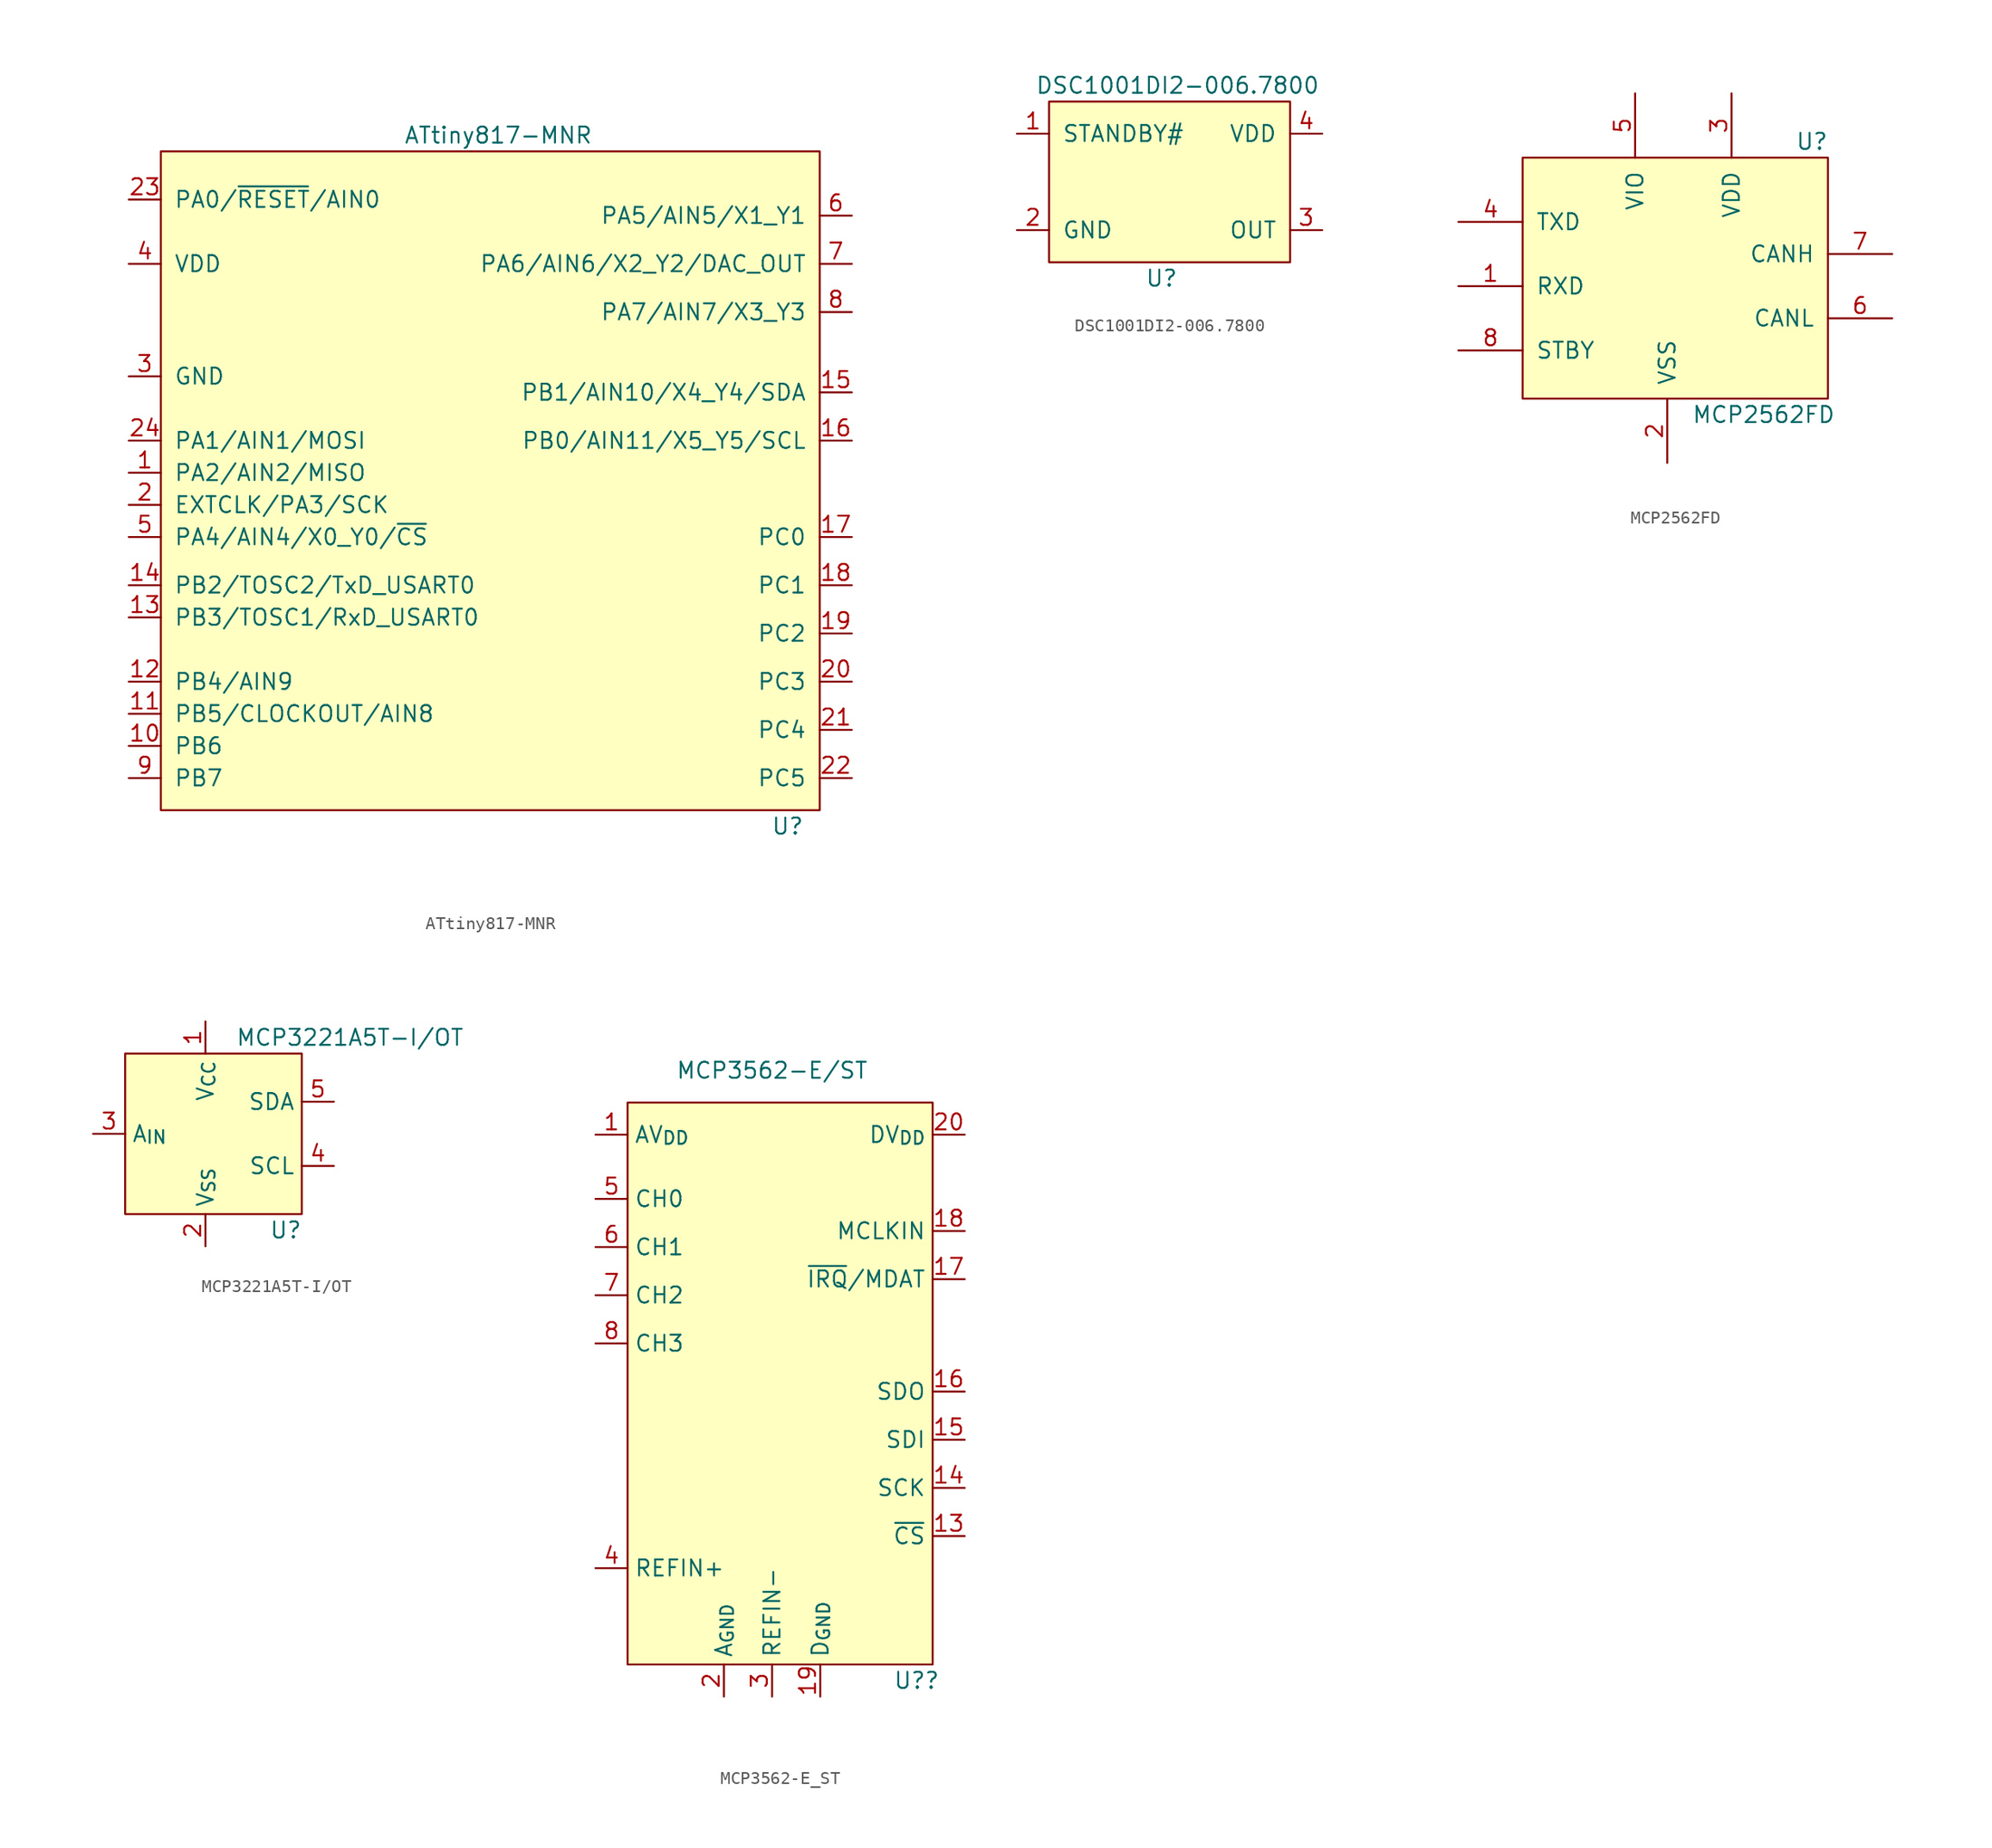
<source format=kicad_sym>
(kicad_symbol_lib
  (version 20220914)
  (generator kicad_symbol_editor)
  (symbol "ATtiny817-MNR"
    (pin_names
      (offset 1.016))
    (property "Reference" "U"
      (at 25.4 -29.21 0)
      (effects (font (size 1.27 1.27))))
    (property "Value" "ATtiny817-MNR"
      (at 2.54 25.4 0)
      (effects (font (size 1.27 1.27))))
    (symbol "ATtiny817-MNR_0_1"
      (rectangle (start -24.13 24.13) (end 27.94 -27.94) (stroke (width 0) (type default)) (fill (type background))))
    (symbol "ATtiny817-MNR_1_1"
      (pin bidirectional line (at -26.67 -1.27 0) (length 2.54) (name "PA2/AIN2/MISO" (effects (font (size 1.27 1.27)))) (number "1" (effects (font (size 1.27 1.27)))))
      (pin bidirectional line (at -26.67 -22.86 0) (length 2.54) (name "PB6" (effects (font (size 1.27 1.27)))) (number "10" (effects (font (size 1.27 1.27)))))
      (pin bidirectional line (at -26.67 -20.32 0) (length 2.54) (name "PB5/CLOCKOUT/AIN8" (effects (font (size 1.27 1.27)))) (number "11" (effects (font (size 1.27 1.27)))))
      (pin bidirectional line (at -26.67 -17.78 0) (length 2.54) (name "PB4/AIN9" (effects (font (size 1.27 1.27)))) (number "12" (effects (font (size 1.27 1.27)))))
      (pin bidirectional line (at -26.67 -12.7 0) (length 2.54) (name "PB3/TOSC1/RxD_USART0" (effects (font (size 1.27 1.27)))) (number "13" (effects (font (size 1.27 1.27)))))
      (pin bidirectional line (at -26.67 -10.16 0) (length 2.54) (name "PB2/TOSC2/TxD_USART0" (effects (font (size 1.27 1.27)))) (number "14" (effects (font (size 1.27 1.27)))))
      (pin bidirectional line (at 30.48 5.08 180) (length 2.54) (name "PB1/AIN10/X4_Y4/SDA" (effects (font (size 1.27 1.27)))) (number "15" (effects (font (size 1.27 1.27)))))
      (pin bidirectional line (at 30.48 1.27 180) (length 2.54) (name "PB0/AIN11/X5_Y5/SCL" (effects (font (size 1.27 1.27)))) (number "16" (effects (font (size 1.27 1.27)))))
      (pin bidirectional line (at 30.48 -6.35 180) (length 2.54) (name "PC0" (effects (font (size 1.27 1.27)))) (number "17" (effects (font (size 1.27 1.27)))))
      (pin bidirectional line (at 30.48 -10.16 180) (length 2.54) (name "PC1" (effects (font (size 1.27 1.27)))) (number "18" (effects (font (size 1.27 1.27)))))
      (pin bidirectional line (at 30.48 -13.97 180) (length 2.54) (name "PC2" (effects (font (size 1.27 1.27)))) (number "19" (effects (font (size 1.27 1.27)))))
      (pin bidirectional line (at -26.67 -3.81 0) (length 2.54) (name "EXTCLK/PA3/SCK" (effects (font (size 1.27 1.27)))) (number "2" (effects (font (size 1.27 1.27)))))
      (pin bidirectional line (at 30.48 -17.78 180) (length 2.54) (name "PC3" (effects (font (size 1.27 1.27)))) (number "20" (effects (font (size 1.27 1.27)))))
      (pin bidirectional line (at 30.48 -21.59 180) (length 2.54) (name "PC4" (effects (font (size 1.27 1.27)))) (number "21" (effects (font (size 1.27 1.27)))))
      (pin bidirectional line (at 30.48 -25.4 180) (length 2.54) (name "PC5" (effects (font (size 1.27 1.27)))) (number "22" (effects (font (size 1.27 1.27)))))
      (pin bidirectional line (at -26.67 20.32 0) (length 2.54) (name "PA0/~{RESET}/AIN0" (effects (font (size 1.27 1.27)))) (number "23" (effects (font (size 1.27 1.27)))))
      (pin bidirectional line (at -26.67 1.27 0) (length 2.54) (name "PA1/AIN1/MOSI" (effects (font (size 1.27 1.27)))) (number "24" (effects (font (size 1.27 1.27)))))
      (pin power_in line (at -26.67 6.35 0) (length 2.54) (name "GND" (effects (font (size 1.27 1.27)))) (number "3" (effects (font (size 1.27 1.27)))))
      (pin power_in line (at -26.67 15.24 0) (length 2.54) (name "VDD" (effects (font (size 1.27 1.27)))) (number "4" (effects (font (size 1.27 1.27)))))
      (pin bidirectional line (at -26.67 -6.35 0) (length 2.54) (name "PA4/AIN4/X0_Y0/~{CS}" (effects (font (size 1.27 1.27)))) (number "5" (effects (font (size 1.27 1.27)))))
      (pin bidirectional line (at 30.48 19.05 180) (length 2.54) (name "PA5/AIN5/X1_Y1" (effects (font (size 1.27 1.27)))) (number "6" (effects (font (size 1.27 1.27)))))
      (pin bidirectional line (at 30.48 15.24 180) (length 2.54) (name "PA6/AIN6/X2_Y2/DAC_OUT" (effects (font (size 1.27 1.27)))) (number "7" (effects (font (size 1.27 1.27)))))
      (pin bidirectional line (at 30.48 11.43 180) (length 2.54) (name "PA7/AIN7/X3_Y3" (effects (font (size 1.27 1.27)))) (number "8" (effects (font (size 1.27 1.27)))))
      (pin bidirectional line (at -26.67 -25.4 0) (length 2.54) (name "PB7" (effects (font (size 1.27 1.27)))) (number "9" (effects (font (size 1.27 1.27)))))))
  (symbol "DSC1001DI2-006.7800"
    (pin_names
      (offset 1.016))
    (property "Reference" "U"
      (at 0 -7.62 0)
      (effects (font (size 1.27 1.27))))
    (property "Value" "DSC1001DI2-006.7800"
      (at 1.27 7.62 0)
      (effects (font (size 1.27 1.27))))
    (symbol "DSC1001DI2-006.7800_0_1"
      (rectangle (start -8.89 6.35) (end 10.16 -6.35) (stroke (width 0) (type default)) (fill (type background))))
    (symbol "DSC1001DI2-006.7800_1_1"
      (pin input line (at -11.43 3.81 0) (length 2.54) (name "STANDBY#" (effects (font (size 1.27 1.27)))) (number "1" (effects (font (size 1.27 1.27)))))
      (pin power_in line (at -11.43 -3.81 0) (length 2.54) (name "GND" (effects (font (size 1.27 1.27)))) (number "2" (effects (font (size 1.27 1.27)))))
      (pin output line (at 12.7 -3.81 180) (length 2.54) (name "OUT" (effects (font (size 1.27 1.27)))) (number "3" (effects (font (size 1.27 1.27)))))
      (pin power_in line (at 12.7 3.81 180) (length 2.54) (name "VDD" (effects (font (size 1.27 1.27)))) (number "4" (effects (font (size 1.27 1.27)))))))
  (symbol "MCP2562FD"
    (pin_names
      (offset 1.016))
    (property "Reference" "U"
      (at 10.16 11.43 0)
      (effects (font (size 1.27 1.27))))
    (property "Value" "MCP2562FD"
      (at 6.35 -10.16 0)
      (effects (font (size 1.27 1.27))))
    (symbol "MCP2562FD_0_1"
      (rectangle (start -12.7 10.16) (end 11.43 -8.89) (stroke (width 0) (type default)) (fill (type background))))
    (symbol "MCP2562FD_1_1"
      (pin input line (at -17.78 0 0) (length 5.08) (name "RXD" (effects (font (size 1.27 1.27)))) (number "1" (effects (font (size 1.27 1.27)))))
      (pin power_in line (at -1.27 -13.97 90) (length 5.08) (name "VSS" (effects (font (size 1.27 1.27)))) (number "2" (effects (font (size 1.27 1.27)))))
      (pin power_in line (at 3.81 15.24 270) (length 5.08) (name "VDD" (effects (font (size 1.27 1.27)))) (number "3" (effects (font (size 1.27 1.27)))))
      (pin output line (at -17.78 5.08 0) (length 5.08) (name "TXD" (effects (font (size 1.27 1.27)))) (number "4" (effects (font (size 1.27 1.27)))))
      (pin power_in line (at -3.81 15.24 270) (length 5.08) (name "VIO" (effects (font (size 1.27 1.27)))) (number "5" (effects (font (size 1.27 1.27)))))
      (pin bidirectional line (at 16.51 -2.54 180) (length 5.08) (name "CANL" (effects (font (size 1.27 1.27)))) (number "6" (effects (font (size 1.27 1.27)))))
      (pin bidirectional line (at 16.51 2.54 180) (length 5.08) (name "CANH" (effects (font (size 1.27 1.27)))) (number "7" (effects (font (size 1.27 1.27)))))
      (pin input line (at -17.78 -5.08 0) (length 5.08) (name "STBY" (effects (font (size 1.27 1.27)))) (number "8" (effects (font (size 1.27 1.27)))))))
  (symbol "MCP3221A5T-I/OT"
    (property "Reference" "U"
      (at 5.08 -7.62 0)
      (effects (font (size 1.27 1.27))))
    (property "Value" "MCP3221A5T-I/OT"
      (at 10.16 7.62 0)
      (effects (font (size 1.27 1.27))))
    (symbol "MCP3221A5T-I/OT_1_1"
      (rectangle (start -7.62 6.35) (end 6.35 -6.35) (stroke (width 0) (type default)) (fill (type background)))
      (pin power_in line (at -1.27 8.89 270) (length 2.54) (name "V_{CC}" (effects (font (size 1.27 1.27)))) (number "1" (effects (font (size 1.27 1.27)))))
      (pin power_in line (at -1.27 -8.89 90) (length 2.54) (name "V_{SS}" (effects (font (size 1.27 1.27)))) (number "2" (effects (font (size 1.27 1.27)))))
      (pin input line (at -10.16 0 0) (length 2.54) (name "A_{IN}" (effects (font (size 1.27 1.27)))) (number "3" (effects (font (size 1.27 1.27)))))
      (pin input line (at 8.89 -2.54 180) (length 2.54) (name "SCL" (effects (font (size 1.27 1.27)))) (number "4" (effects (font (size 1.27 1.27)))))
      (pin bidirectional line (at 8.89 2.54 180) (length 2.54) (name "SDA" (effects (font (size 1.27 1.27)))) (number "5" (effects (font (size 1.27 1.27)))))))
  (symbol "MCP3562-E_ST"
    (property "Reference" "U?"
      (at 11.43 -25.4 0)
      (effects (font (size 1.27 1.27))))
    (property "Value" "MCP3562-E/ST"
      (at 0 22.86 0)
      (effects (font (size 1.27 1.27))))
    (symbol "MCP3562-E_ST_0_1"
      (rectangle (start -11.43 20.32) (end 12.7 -24.13) (stroke (width 0) (type default)) (fill (type background))))
    (symbol "MCP3562-E_ST_1_1"
      (pin power_in line (at -13.97 17.78 0) (length 2.54) (name "AV_{DD}" (effects (font (size 1.27 1.27)))) (number "1" (effects (font (size 1.27 1.27)))))
      (pin no_connect line (at -13.97 -6.35 0) (length 2.54) hide (name "NC" (effects (font (size 1.27 1.27)))) (number "10" (effects (font (size 1.27 1.27)))))
      (pin no_connect line (at -13.97 -10.16 0) (length 2.54) hide (name "NC" (effects (font (size 1.27 1.27)))) (number "11" (effects (font (size 1.27 1.27)))))
      (pin no_connect line (at -13.97 -13.97 0) (length 2.54) hide (name "NC" (effects (font (size 1.27 1.27)))) (number "12" (effects (font (size 1.27 1.27)))))
      (pin input line (at 15.24 -13.97 180) (length 2.54) (name "~{CS}" (effects (font (size 1.27 1.27)))) (number "13" (effects (font (size 1.27 1.27)))))
      (pin input line (at 15.24 -10.16 180) (length 2.54) (name "SCK" (effects (font (size 1.27 1.27)))) (number "14" (effects (font (size 1.27 1.27)))))
      (pin input line (at 15.24 -6.35 180) (length 2.54) (name "SDI" (effects (font (size 1.27 1.27)))) (number "15" (effects (font (size 1.27 1.27)))))
      (pin output line (at 15.24 -2.54 180) (length 2.54) (name "SDO" (effects (font (size 1.27 1.27)))) (number "16" (effects (font (size 1.27 1.27)))))
      (pin output line (at 15.24 6.35 180) (length 2.54) (name "~{IRQ}/MDAT" (effects (font (size 1.27 1.27)))) (number "17" (effects (font (size 1.27 1.27)))))
      (pin input line (at 15.24 10.16 180) (length 2.54) (name "MCLKIN" (effects (font (size 1.27 1.27)))) (number "18" (effects (font (size 1.27 1.27)))))
      (pin power_in line (at 3.81 -26.67 90) (length 2.54) (name "D_{GND}" (effects (font (size 1.27 1.27)))) (number "19" (effects (font (size 1.27 1.27)))))
      (pin power_in line (at -3.81 -26.67 90) (length 2.54) (name "A_{GND}" (effects (font (size 1.27 1.27)))) (number "2" (effects (font (size 1.27 1.27)))))
      (pin power_in line (at 15.24 17.78 180) (length 2.54) (name "DV_{DD}" (effects (font (size 1.27 1.27)))) (number "20" (effects (font (size 1.27 1.27)))))
      (pin power_in line (at 0 -26.67 90) (length 2.54) (name "REFIN-" (effects (font (size 1.27 1.27)))) (number "3" (effects (font (size 1.27 1.27)))))
      (pin power_in line (at -13.97 -16.51 0) (length 2.54) (name "REFIN+" (effects (font (size 1.27 1.27)))) (number "4" (effects (font (size 1.27 1.27)))))
      (pin input line (at -13.97 12.7 0) (length 2.54) (name "CH0" (effects (font (size 1.27 1.27)))) (number "5" (effects (font (size 1.27 1.27)))))
      (pin input line (at -13.97 8.89 0) (length 2.54) (name "CH1" (effects (font (size 1.27 1.27)))) (number "6" (effects (font (size 1.27 1.27)))))
      (pin input line (at -13.97 5.08 0) (length 2.54) (name "CH2" (effects (font (size 1.27 1.27)))) (number "7" (effects (font (size 1.27 1.27)))))
      (pin input line (at -13.97 1.27 0) (length 2.54) (name "CH3" (effects (font (size 1.27 1.27)))) (number "8" (effects (font (size 1.27 1.27)))))
      (pin no_connect line (at -13.97 -2.54 0) (length 2.54) hide (name "NC" (effects (font (size 1.27 1.27)))) (number "9" (effects (font (size 1.27 1.27))))))))
</source>
